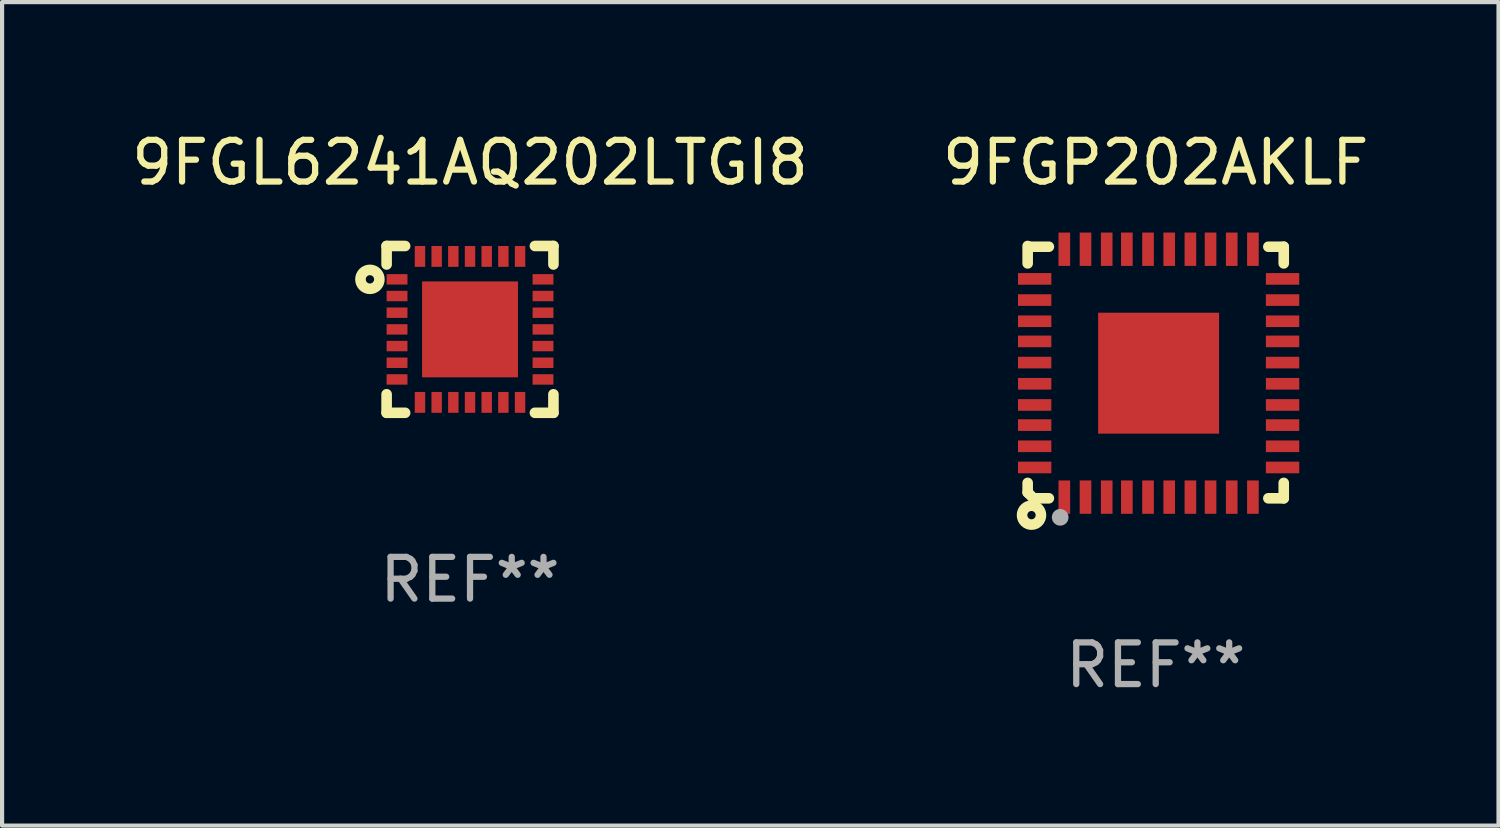
<source format=kicad_pcb>
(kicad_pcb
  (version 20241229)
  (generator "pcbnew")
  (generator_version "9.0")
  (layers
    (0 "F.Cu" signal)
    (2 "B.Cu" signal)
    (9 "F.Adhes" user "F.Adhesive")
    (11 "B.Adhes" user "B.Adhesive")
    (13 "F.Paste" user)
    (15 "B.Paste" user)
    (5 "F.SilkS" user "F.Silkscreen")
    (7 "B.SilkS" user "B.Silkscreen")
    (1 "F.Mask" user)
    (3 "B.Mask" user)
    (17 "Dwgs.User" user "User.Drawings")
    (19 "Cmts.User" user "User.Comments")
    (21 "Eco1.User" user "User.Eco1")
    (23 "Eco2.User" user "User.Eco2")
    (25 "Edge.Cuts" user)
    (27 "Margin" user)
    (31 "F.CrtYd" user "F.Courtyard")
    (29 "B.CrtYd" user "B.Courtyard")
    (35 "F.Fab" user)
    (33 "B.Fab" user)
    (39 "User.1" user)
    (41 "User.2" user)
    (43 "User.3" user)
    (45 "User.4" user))
  (footprint "9FGP202AKLF"
    (layer "F.Cu")
    (at 24.661 5.873)
    (property "Reference" "9FGP202AKLF" (at 0 -5.025 0) (layer "F.SilkS") (effects (font (size 1 1) (thickness 0.15))))
    (attr through_hole)
    (fp_line (start -3.07 -3.025) (end -3.07 -2.607) (stroke (width 0.254) (type solid)) (layer "F.SilkS"))
    (fp_line (start -3.07 2.656) (end -3.07 2.885) (stroke (width 0.254) (type solid)) (layer "F.SilkS"))
    (fp_line (start -3.07 2.885) (end -2.93 3.025) (stroke (width 0.254) (type solid)) (layer "F.SilkS"))
    (fp_line (start -3.005 -3.007) (end -2.562 -3.007) (stroke (width 0.254) (type solid)) (layer "F.SilkS"))
    (fp_line (start -2.93 3.025) (end -2.562 3.025) (stroke (width 0.254) (type solid)) (layer "F.SilkS"))
    (fp_line (start 2.701 -3.007) (end 3.07 -3.007) (stroke (width 0.254) (type solid)) (layer "F.SilkS"))
    (fp_line (start 2.701 3.025) (end 3.07 3.025) (stroke (width 0.254) (type solid)) (layer "F.SilkS"))
    (fp_line (start 3.07 -2.607) (end 3.07 -3.007) (stroke (width 0.254) (type solid)) (layer "F.SilkS"))
    (fp_line (start 3.07 3.025) (end 3.07 2.656) (stroke (width 0.254) (type solid)) (layer "F.SilkS"))
    (fp_circle (center -2.978 3.429) (end -2.878 3.429) (stroke (width 0.254) (type solid)) (fill no) (layer "F.SilkS"))
    (fp_circle (center -2.93 3.025) (end -2.9 3.025) (stroke (width 0.06) (type solid)) (fill no) (layer "F.SilkS"))
    (fp_circle (center -2.29 3.481) (end -2.19 3.481) (stroke (width 0.2) (type solid)) (fill no) (layer "F.Fab"))
    (fp_text user "REF**" (at 0 7.025 0) (layer "F.Fab") (effects (font (size 1 1) (thickness 0.15))))
    (pad "1" smd rect (at -2.191 2.997 90) (size 0.8 0.279) (layers "F.Cu" "F.Mask" "F.Paste"))
    (pad "2" smd rect (at -1.683 2.997 90) (size 0.8 0.279) (layers "F.Cu" "F.Mask" "F.Paste"))
    (pad "3" smd rect (at -1.175 2.997 90) (size 0.8 0.279) (layers "F.Cu" "F.Mask" "F.Paste"))
    (pad "4" smd rect (at -0.692 2.997 90) (size 0.8 0.279) (layers "F.Cu" "F.Mask" "F.Paste"))
    (pad "5" smd rect (at -0.184 2.997 90) (size 0.8 0.279) (layers "F.Cu" "F.Mask" "F.Paste"))
    (pad "6" smd rect (at 0.324 2.997 90) (size 0.8 0.279) (layers "F.Cu" "F.Mask" "F.Paste"))
    (pad "7" smd rect (at 0.832 2.997 90) (size 0.8 0.279) (layers "F.Cu" "F.Mask" "F.Paste"))
    (pad "8" smd rect (at 1.315 2.997 90) (size 0.8 0.279) (layers "F.Cu" "F.Mask" "F.Paste"))
    (pad "9" smd rect (at 1.823 2.997 90) (size 0.8 0.279) (layers "F.Cu" "F.Mask" "F.Paste"))
    (pad "10" smd rect (at 2.331 2.997 90) (size 0.8 0.279) (layers "F.Cu" "F.Mask" "F.Paste"))
    (pad "11" smd rect (at 3.042 2.286 180) (size 0.8 0.279) (layers "F.Cu" "F.Mask" "F.Paste"))
    (pad "12" smd rect (at 3.042 1.778 180) (size 0.8 0.279) (layers "F.Cu" "F.Mask" "F.Paste"))
    (pad "13" smd rect (at 3.042 1.27 180) (size 0.8 0.279) (layers "F.Cu" "F.Mask" "F.Paste"))
    (pad "14" smd rect (at 3.042 0.787 180) (size 0.8 0.279) (layers "F.Cu" "F.Mask" "F.Paste"))
    (pad "15" smd rect (at 3.042 0.279 180) (size 0.8 0.279) (layers "F.Cu" "F.Mask" "F.Paste"))
    (pad "16" smd rect (at 3.042 -0.229 180) (size 0.8 0.279) (layers "F.Cu" "F.Mask" "F.Paste"))
    (pad "17" smd rect (at 3.042 -0.737 180) (size 0.8 0.279) (layers "F.Cu" "F.Mask" "F.Paste"))
    (pad "18" smd rect (at 3.042 -1.22 180) (size 0.8 0.279) (layers "F.Cu" "F.Mask" "F.Paste"))
    (pad "19" smd rect (at 3.042 -1.728 180) (size 0.8 0.279) (layers "F.Cu" "F.Mask" "F.Paste"))
    (pad "20" smd rect (at 3.042 -2.236 180) (size 0.8 0.279) (layers "F.Cu" "F.Mask" "F.Paste"))
    (pad "21" smd rect (at 2.331 -2.947 270) (size 0.8 0.279) (layers "F.Cu" "F.Mask" "F.Paste"))
    (pad "22" smd rect (at 1.823 -2.947 270) (size 0.8 0.279) (layers "F.Cu" "F.Mask" "F.Paste"))
    (pad "23" smd rect (at 1.315 -2.947 270) (size 0.8 0.279) (layers "F.Cu" "F.Mask" "F.Paste"))
    (pad "24" smd rect (at 0.832 -2.947 270) (size 0.8 0.279) (layers "F.Cu" "F.Mask" "F.Paste"))
    (pad "25" smd rect (at 0.324 -2.947 270) (size 0.8 0.279) (layers "F.Cu" "F.Mask" "F.Paste"))
    (pad "26" smd rect (at -0.184 -2.947 270) (size 0.8 0.279) (layers "F.Cu" "F.Mask" "F.Paste"))
    (pad "27" smd rect (at -0.692 -2.947 270) (size 0.8 0.279) (layers "F.Cu" "F.Mask" "F.Paste"))
    (pad "28" smd rect (at -1.175 -2.947 270) (size 0.8 0.279) (layers "F.Cu" "F.Mask" "F.Paste"))
    (pad "29" smd rect (at -1.683 -2.947 270) (size 0.8 0.279) (layers "F.Cu" "F.Mask" "F.Paste"))
    (pad "30" smd rect (at -2.191 -2.947 270) (size 0.8 0.279) (layers "F.Cu" "F.Mask" "F.Paste"))
    (pad "31" smd rect (at -2.902 -2.236) (size 0.8 0.279) (layers "F.Cu" "F.Mask" "F.Paste"))
    (pad "32" smd rect (at -2.902 -1.728) (size 0.8 0.279) (layers "F.Cu" "F.Mask" "F.Paste"))
    (pad "33" smd rect (at -2.902 -1.22) (size 0.8 0.279) (layers "F.Cu" "F.Mask" "F.Paste"))
    (pad "34" smd rect (at -2.902 -0.737) (size 0.8 0.279) (layers "F.Cu" "F.Mask" "F.Paste"))
    (pad "35" smd rect (at -2.902 -0.229) (size 0.8 0.279) (layers "F.Cu" "F.Mask" "F.Paste"))
    (pad "36" smd rect (at -2.902 0.279) (size 0.8 0.279) (layers "F.Cu" "F.Mask" "F.Paste"))
    (pad "37" smd rect (at -2.902 0.787) (size 0.8 0.279) (layers "F.Cu" "F.Mask" "F.Paste"))
    (pad "38" smd rect (at -2.902 1.27) (size 0.8 0.279) (layers "F.Cu" "F.Mask" "F.Paste"))
    (pad "39" smd rect (at -2.902 1.778) (size 0.8 0.279) (layers "F.Cu" "F.Mask" "F.Paste"))
    (pad "40" smd rect (at -2.902 2.286) (size 0.8 0.279) (layers "F.Cu" "F.Mask" "F.Paste"))
    (pad "41" smd rect (at 0.07 0.025 90) (size 2.9 2.9) (layers "F.Cu" "F.Mask" "F.Paste")))
  (footprint "9FGL6241AQ202LTGI8"
    (layer "F.Cu")
    (at 8.22 4.848)
    (property "Reference" "9FGL6241AQ202LTGI8" (at 0 -4 0) (layer "F.SilkS") (effects (font (size 1 1) (thickness 0.15))))
    (attr through_hole)
    (fp_line (start -2 -2) (end -1.556 -2) (stroke (width 0.254) (type solid)) (layer "F.SilkS"))
    (fp_line (start -2 -1.556) (end -2 -2) (stroke (width 0.254) (type solid)) (layer "F.SilkS"))
    (fp_line (start -2 2) (end -2 1.556) (stroke (width 0.254) (type solid)) (layer "F.SilkS"))
    (fp_line (start -1.556 2) (end -2 2) (stroke (width 0.254) (type solid)) (layer "F.SilkS"))
    (fp_line (start 1.556 -2) (end 2 -2) (stroke (width 0.254) (type solid)) (layer "F.SilkS"))
    (fp_line (start 2 -2) (end 2 -1.556) (stroke (width 0.254) (type solid)) (layer "F.SilkS"))
    (fp_line (start 2 1.556) (end 2 2) (stroke (width 0.254) (type solid)) (layer "F.SilkS"))
    (fp_line (start 2 2) (end 1.556 2) (stroke (width 0.254) (type solid)) (layer "F.SilkS"))
    (fp_circle (center -2.4 -1.2) (end -2.3 -1.2) (stroke (width 0.254) (type solid)) (fill no) (layer "F.SilkS"))
    (fp_text user "REF**" (at 0 6 0) (layer "F.Fab") (effects (font (size 1 1) (thickness 0.15))))
    (pad "1" smd rect (at -1.75 -1.2) (size 0.5 0.25) (layers "F.Cu" "F.Mask" "F.Paste"))
    (pad "2" smd rect (at -1.75 -0.8) (size 0.5 0.25) (layers "F.Cu" "F.Mask" "F.Paste"))
    (pad "3" smd rect (at -1.75 -0.4) (size 0.5 0.25) (layers "F.Cu" "F.Mask" "F.Paste"))
    (pad "4" smd rect (at -1.75 0) (size 0.5 0.25) (layers "F.Cu" "F.Mask" "F.Paste"))
    (pad "5" smd rect (at -1.75 0.4) (size 0.5 0.25) (layers "F.Cu" "F.Mask" "F.Paste"))
    (pad "6" smd rect (at -1.75 0.8) (size 0.5 0.25) (layers "F.Cu" "F.Mask" "F.Paste"))
    (pad "7" smd rect (at -1.75 1.2) (size 0.5 0.25) (layers "F.Cu" "F.Mask" "F.Paste"))
    (pad "8" smd rect (at -1.2 1.75) (size 0.25 0.5) (layers "F.Cu" "F.Mask" "F.Paste"))
    (pad "9" smd rect (at -0.8 1.75) (size 0.25 0.5) (layers "F.Cu" "F.Mask" "F.Paste"))
    (pad "10" smd rect (at -0.4 1.75) (size 0.25 0.5) (layers "F.Cu" "F.Mask" "F.Paste"))
    (pad "11" smd rect (at 0 1.75) (size 0.25 0.5) (layers "F.Cu" "F.Mask" "F.Paste"))
    (pad "12" smd rect (at 0.4 1.75) (size 0.25 0.5) (layers "F.Cu" "F.Mask" "F.Paste"))
    (pad "13" smd rect (at 0.8 1.75) (size 0.25 0.5) (layers "F.Cu" "F.Mask" "F.Paste"))
    (pad "14" smd rect (at 1.2 1.75) (size 0.25 0.5) (layers "F.Cu" "F.Mask" "F.Paste"))
    (pad "15" smd rect (at 1.75 1.2) (size 0.5 0.25) (layers "F.Cu" "F.Mask" "F.Paste"))
    (pad "16" smd rect (at 1.75 0.8) (size 0.5 0.25) (layers "F.Cu" "F.Mask" "F.Paste"))
    (pad "17" smd rect (at 1.75 0.4) (size 0.5 0.25) (layers "F.Cu" "F.Mask" "F.Paste"))
    (pad "18" smd rect (at 1.75 0) (size 0.5 0.25) (layers "F.Cu" "F.Mask" "F.Paste"))
    (pad "19" smd rect (at 1.75 -0.4) (size 0.5 0.25) (layers "F.Cu" "F.Mask" "F.Paste"))
    (pad "20" smd rect (at 1.75 -0.8) (size 0.5 0.25) (layers "F.Cu" "F.Mask" "F.Paste"))
    (pad "21" smd rect (at 1.75 -1.2) (size 0.5 0.25) (layers "F.Cu" "F.Mask" "F.Paste"))
    (pad "22" smd rect (at 1.2 -1.75) (size 0.25 0.5) (layers "F.Cu" "F.Mask" "F.Paste"))
    (pad "23" smd rect (at 0.8 -1.75) (size 0.25 0.5) (layers "F.Cu" "F.Mask" "F.Paste"))
    (pad "24" smd rect (at 0.4 -1.75) (size 0.25 0.5) (layers "F.Cu" "F.Mask" "F.Paste"))
    (pad "25" smd rect (at 0 -1.75) (size 0.25 0.5) (layers "F.Cu" "F.Mask" "F.Paste"))
    (pad "26" smd rect (at -0.4 -1.75) (size 0.25 0.5) (layers "F.Cu" "F.Mask" "F.Paste"))
    (pad "27" smd rect (at -0.8 -1.75) (size 0.25 0.5) (layers "F.Cu" "F.Mask" "F.Paste"))
    (pad "28" smd rect (at -1.2 -1.75) (size 0.25 0.5) (layers "F.Cu" "F.Mask" "F.Paste"))
    (pad "29" smd rect (at 0 0) (size 2.3 2.3) (layers "F.Cu" "F.Mask" "F.Paste")))
  (gr_rect
    (start -3 -3)
    (end 32.881 16.746)
    (stroke (width 0.1) (type default))
    (fill no)
    (layer "Edge.Cuts")))
</source>
